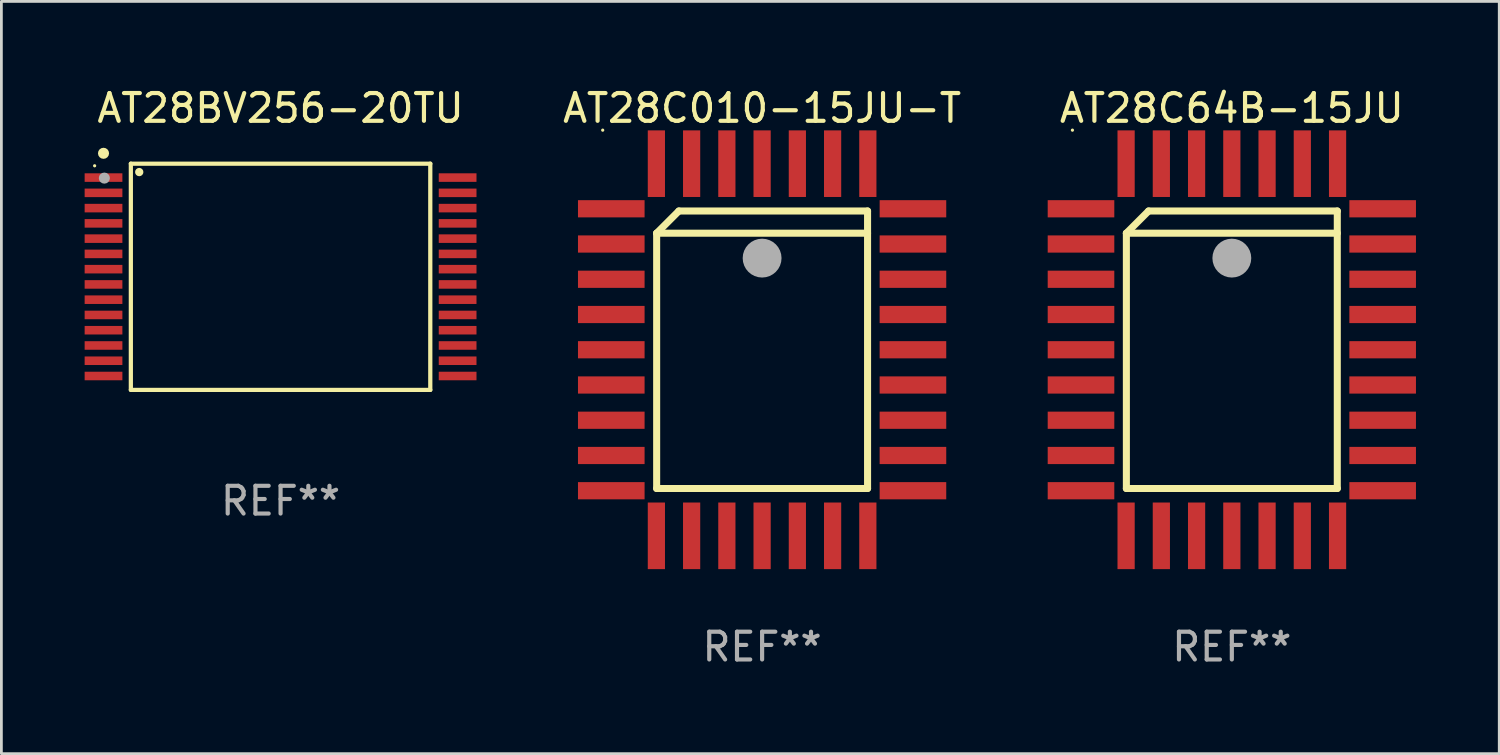
<source format=kicad_pcb>
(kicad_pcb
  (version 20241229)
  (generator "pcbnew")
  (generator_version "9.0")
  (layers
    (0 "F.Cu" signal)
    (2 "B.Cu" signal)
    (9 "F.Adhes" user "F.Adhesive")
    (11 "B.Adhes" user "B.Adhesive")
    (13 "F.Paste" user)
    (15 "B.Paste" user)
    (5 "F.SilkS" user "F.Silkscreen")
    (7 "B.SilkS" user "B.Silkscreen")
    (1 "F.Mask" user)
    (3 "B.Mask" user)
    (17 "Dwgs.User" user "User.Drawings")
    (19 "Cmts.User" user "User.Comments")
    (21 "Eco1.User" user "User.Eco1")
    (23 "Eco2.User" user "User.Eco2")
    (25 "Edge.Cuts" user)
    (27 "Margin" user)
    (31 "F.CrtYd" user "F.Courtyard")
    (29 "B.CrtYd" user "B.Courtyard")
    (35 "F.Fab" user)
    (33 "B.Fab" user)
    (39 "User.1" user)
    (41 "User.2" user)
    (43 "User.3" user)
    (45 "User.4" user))
  (footprint "AT28C010-15JU-T"
    (layer "F.Cu")
    (at 24.412 9.553)
    (property "Reference" "AT28C010-15JU-T" (at 0 -8.705 0) (layer "F.SilkS") (effects (font (size 1 1) (thickness 0.15))))
    (attr through_hole)
    (fp_line (start -3.8 -4.2) (end -3 -5) (stroke (width 0.254) (type solid)) (layer "F.SilkS"))
    (fp_line (start -3.8 -4.2) (end 3.8 -4.2) (stroke (width 0.254) (type solid)) (layer "F.SilkS"))
    (fp_line (start -3.8 5) (end -3.8 -4.2) (stroke (width 0.254) (type solid)) (layer "F.SilkS"))
    (fp_line (start -3 -5) (end 3.8 -5) (stroke (width 0.254) (type solid)) (layer "F.SilkS"))
    (fp_line (start 3.8 -5) (end 3.8 5) (stroke (width 0.254) (type solid)) (layer "F.SilkS"))
    (fp_line (start 3.8 5) (end -3.8 5) (stroke (width 0.254) (type solid)) (layer "F.SilkS"))
    (fp_arc (start 0.299721 -3.294387) (mid 0.29971 -3.296927) (end 0.299721 -3.299467) (stroke (width 0.6) (type solid)) (layer "F.SilkS"))
    (fp_circle (center -5.744 -7.913) (end -5.714 -7.913) (stroke (width 0.06) (type solid)) (fill no) (layer "F.SilkS"))
    (fp_circle (center 0 -3.302) (end 0.35 -3.302) (stroke (width 0.7) (type solid)) (fill no) (layer "F.Fab"))
    (fp_text user "REF**" (at 0 10.705 0) (layer "F.Fab") (effects (font (size 1 1) (thickness 0.15))))
    (pad "1" smd rect (at 0 -6.705 180) (size 0.62 2.4) (layers "F.Cu" "F.Mask" "F.Paste"))
    (pad "2" smd rect (at -1.27 -6.705 180) (size 0.62 2.4) (layers "F.Cu" "F.Mask" "F.Paste"))
    (pad "3" smd rect (at -2.54 -6.705 180) (size 0.62 2.4) (layers "F.Cu" "F.Mask" "F.Paste"))
    (pad "4" smd rect (at -3.81 -6.705 180) (size 0.62 2.4) (layers "F.Cu" "F.Mask" "F.Paste"))
    (pad "5" smd rect (at -5.435 -5.08 270) (size 0.62 2.4) (layers "F.Cu" "F.Mask" "F.Paste"))
    (pad "6" smd rect (at -5.435 -3.81 270) (size 0.62 2.4) (layers "F.Cu" "F.Mask" "F.Paste"))
    (pad "7" smd rect (at -5.435 -2.54 270) (size 0.62 2.4) (layers "F.Cu" "F.Mask" "F.Paste"))
    (pad "8" smd rect (at -5.435 -1.27 270) (size 0.62 2.4) (layers "F.Cu" "F.Mask" "F.Paste"))
    (pad "9" smd rect (at -5.435 0 270) (size 0.62 2.4) (layers "F.Cu" "F.Mask" "F.Paste"))
    (pad "10" smd rect (at -5.435 1.27 270) (size 0.62 2.4) (layers "F.Cu" "F.Mask" "F.Paste"))
    (pad "11" smd rect (at -5.435 2.54 270) (size 0.62 2.4) (layers "F.Cu" "F.Mask" "F.Paste"))
    (pad "12" smd rect (at -5.435 3.81 270) (size 0.62 2.4) (layers "F.Cu" "F.Mask" "F.Paste"))
    (pad "13" smd rect (at -5.435 5.08 270) (size 0.62 2.4) (layers "F.Cu" "F.Mask" "F.Paste"))
    (pad "14" smd rect (at -3.81 6.705) (size 0.62 2.4) (layers "F.Cu" "F.Mask" "F.Paste"))
    (pad "15" smd rect (at -2.54 6.705) (size 0.62 2.4) (layers "F.Cu" "F.Mask" "F.Paste"))
    (pad "16" smd rect (at -1.27 6.705) (size 0.62 2.4) (layers "F.Cu" "F.Mask" "F.Paste"))
    (pad "17" smd rect (at 0 6.705) (size 0.62 2.4) (layers "F.Cu" "F.Mask" "F.Paste"))
    (pad "18" smd rect (at 1.27 6.705) (size 0.62 2.4) (layers "F.Cu" "F.Mask" "F.Paste"))
    (pad "19" smd rect (at 2.54 6.705) (size 0.62 2.4) (layers "F.Cu" "F.Mask" "F.Paste"))
    (pad "20" smd rect (at 3.81 6.705) (size 0.62 2.4) (layers "F.Cu" "F.Mask" "F.Paste"))
    (pad "21" smd rect (at 5.435 5.08 90) (size 0.62 2.4) (layers "F.Cu" "F.Mask" "F.Paste"))
    (pad "22" smd rect (at 5.435 3.81 90) (size 0.62 2.4) (layers "F.Cu" "F.Mask" "F.Paste"))
    (pad "23" smd rect (at 5.435 2.54 90) (size 0.62 2.4) (layers "F.Cu" "F.Mask" "F.Paste"))
    (pad "24" smd rect (at 5.435 1.27 90) (size 0.62 2.4) (layers "F.Cu" "F.Mask" "F.Paste"))
    (pad "25" smd rect (at 5.435 0 90) (size 0.62 2.4) (layers "F.Cu" "F.Mask" "F.Paste"))
    (pad "26" smd rect (at 5.435 -1.27 90) (size 0.62 2.4) (layers "F.Cu" "F.Mask" "F.Paste"))
    (pad "27" smd rect (at 5.435 -2.54 90) (size 0.62 2.4) (layers "F.Cu" "F.Mask" "F.Paste"))
    (pad "28" smd rect (at 5.435 -3.81 90) (size 0.62 2.4) (layers "F.Cu" "F.Mask" "F.Paste"))
    (pad "29" smd rect (at 5.435 -5.08 90) (size 0.62 2.4) (layers "F.Cu" "F.Mask" "F.Paste"))
    (pad "30" smd rect (at 3.81 -6.705) (size 0.62 2.4) (layers "F.Cu" "F.Mask" "F.Paste"))
    (pad "31" smd rect (at 2.54 -6.705) (size 0.62 2.4) (layers "F.Cu" "F.Mask" "F.Paste"))
    (pad "32" smd rect (at 1.27 -6.705) (size 0.62 2.4) (layers "F.Cu" "F.Mask" "F.Paste")))
  (footprint "AT28C64B-15JU"
    (layer "F.Cu")
    (at 41.338 9.553)
    (property "Reference" "AT28C64B-15JU" (at 0 -8.705 0) (layer "F.SilkS") (effects (font (size 1 1) (thickness 0.15))))
    (attr through_hole)
    (fp_line (start -3.8 -4.2) (end -3 -5) (stroke (width 0.254) (type solid)) (layer "F.SilkS"))
    (fp_line (start -3.8 -4.2) (end 3.8 -4.2) (stroke (width 0.254) (type solid)) (layer "F.SilkS"))
    (fp_line (start -3.8 5) (end -3.8 -4.2) (stroke (width 0.254) (type solid)) (layer "F.SilkS"))
    (fp_line (start -3 -5) (end 3.8 -5) (stroke (width 0.254) (type solid)) (layer "F.SilkS"))
    (fp_line (start 3.8 -5) (end 3.8 5) (stroke (width 0.254) (type solid)) (layer "F.SilkS"))
    (fp_line (start 3.8 5) (end -3.8 5) (stroke (width 0.254) (type solid)) (layer "F.SilkS"))
    (fp_arc (start 0.299721 -3.294387) (mid 0.29971 -3.296927) (end 0.299721 -3.299467) (stroke (width 0.6) (type solid)) (layer "F.SilkS"))
    (fp_circle (center -5.744 -7.913) (end -5.714 -7.913) (stroke (width 0.06) (type solid)) (fill no) (layer "F.SilkS"))
    (fp_circle (center 0 -3.302) (end 0.35 -3.302) (stroke (width 0.7) (type solid)) (fill no) (layer "F.Fab"))
    (fp_text user "REF**" (at 0 10.705 0) (layer "F.Fab") (effects (font (size 1 1) (thickness 0.15))))
    (pad "1" smd rect (at 0 -6.705 180) (size 0.62 2.4) (layers "F.Cu" "F.Mask" "F.Paste"))
    (pad "2" smd rect (at -1.27 -6.705 180) (size 0.62 2.4) (layers "F.Cu" "F.Mask" "F.Paste"))
    (pad "3" smd rect (at -2.54 -6.705 180) (size 0.62 2.4) (layers "F.Cu" "F.Mask" "F.Paste"))
    (pad "4" smd rect (at -3.81 -6.705 180) (size 0.62 2.4) (layers "F.Cu" "F.Mask" "F.Paste"))
    (pad "5" smd rect (at -5.435 -5.08 270) (size 0.62 2.4) (layers "F.Cu" "F.Mask" "F.Paste"))
    (pad "6" smd rect (at -5.435 -3.81 270) (size 0.62 2.4) (layers "F.Cu" "F.Mask" "F.Paste"))
    (pad "7" smd rect (at -5.435 -2.54 270) (size 0.62 2.4) (layers "F.Cu" "F.Mask" "F.Paste"))
    (pad "8" smd rect (at -5.435 -1.27 270) (size 0.62 2.4) (layers "F.Cu" "F.Mask" "F.Paste"))
    (pad "9" smd rect (at -5.435 0 270) (size 0.62 2.4) (layers "F.Cu" "F.Mask" "F.Paste"))
    (pad "10" smd rect (at -5.435 1.27 270) (size 0.62 2.4) (layers "F.Cu" "F.Mask" "F.Paste"))
    (pad "11" smd rect (at -5.435 2.54 270) (size 0.62 2.4) (layers "F.Cu" "F.Mask" "F.Paste"))
    (pad "12" smd rect (at -5.435 3.81 270) (size 0.62 2.4) (layers "F.Cu" "F.Mask" "F.Paste"))
    (pad "13" smd rect (at -5.435 5.08 270) (size 0.62 2.4) (layers "F.Cu" "F.Mask" "F.Paste"))
    (pad "14" smd rect (at -3.81 6.705) (size 0.62 2.4) (layers "F.Cu" "F.Mask" "F.Paste"))
    (pad "15" smd rect (at -2.54 6.705) (size 0.62 2.4) (layers "F.Cu" "F.Mask" "F.Paste"))
    (pad "16" smd rect (at -1.27 6.705) (size 0.62 2.4) (layers "F.Cu" "F.Mask" "F.Paste"))
    (pad "17" smd rect (at 0 6.705) (size 0.62 2.4) (layers "F.Cu" "F.Mask" "F.Paste"))
    (pad "18" smd rect (at 1.27 6.705) (size 0.62 2.4) (layers "F.Cu" "F.Mask" "F.Paste"))
    (pad "19" smd rect (at 2.54 6.705) (size 0.62 2.4) (layers "F.Cu" "F.Mask" "F.Paste"))
    (pad "20" smd rect (at 3.81 6.705) (size 0.62 2.4) (layers "F.Cu" "F.Mask" "F.Paste"))
    (pad "21" smd rect (at 5.435 5.08 90) (size 0.62 2.4) (layers "F.Cu" "F.Mask" "F.Paste"))
    (pad "22" smd rect (at 5.435 3.81 90) (size 0.62 2.4) (layers "F.Cu" "F.Mask" "F.Paste"))
    (pad "23" smd rect (at 5.435 2.54 90) (size 0.62 2.4) (layers "F.Cu" "F.Mask" "F.Paste"))
    (pad "24" smd rect (at 5.435 1.27 90) (size 0.62 2.4) (layers "F.Cu" "F.Mask" "F.Paste"))
    (pad "25" smd rect (at 5.435 0 90) (size 0.62 2.4) (layers "F.Cu" "F.Mask" "F.Paste"))
    (pad "26" smd rect (at 5.435 -1.27 90) (size 0.62 2.4) (layers "F.Cu" "F.Mask" "F.Paste"))
    (pad "27" smd rect (at 5.435 -2.54 90) (size 0.62 2.4) (layers "F.Cu" "F.Mask" "F.Paste"))
    (pad "28" smd rect (at 5.435 -3.81 90) (size 0.62 2.4) (layers "F.Cu" "F.Mask" "F.Paste"))
    (pad "29" smd rect (at 5.435 -5.08 90) (size 0.62 2.4) (layers "F.Cu" "F.Mask" "F.Paste"))
    (pad "30" smd rect (at 3.81 -6.705) (size 0.62 2.4) (layers "F.Cu" "F.Mask" "F.Paste"))
    (pad "31" smd rect (at 2.54 -6.705) (size 0.62 2.4) (layers "F.Cu" "F.Mask" "F.Paste"))
    (pad "32" smd rect (at 1.27 -6.705) (size 0.62 2.4) (layers "F.Cu" "F.Mask" "F.Paste")))
  (footprint "AT28BV256-20TU"
    (layer "F.Cu")
    (at 7.06 6.924)
    (property "Reference" "AT28BV256-20TU" (at 0 -6.076 0) (layer "F.SilkS") (effects (font (size 1 1) (thickness 0.15))))
    (attr through_hole)
    (fp_line (start -5.395 -4.076) (end 5.395 -4.076) (stroke (width 0.152) (type solid)) (layer "F.SilkS"))
    (fp_line (start -5.395 4.076) (end -5.395 -4.076) (stroke (width 0.152) (type solid)) (layer "F.SilkS"))
    (fp_line (start 5.395 -4.076) (end 5.395 4.076) (stroke (width 0.152) (type solid)) (layer "F.SilkS"))
    (fp_line (start 5.395 4.076) (end -5.395 4.076) (stroke (width 0.152) (type solid)) (layer "F.SilkS"))
    (fp_circle (center -6.7 -4) (end -6.67 -4) (stroke (width 0.06) (type solid)) (fill no) (layer "F.SilkS"))
    (fp_circle (center -6.38 -4.45) (end -6.28 -4.45) (stroke (width 0.2) (type solid)) (fill no) (layer "F.SilkS"))
    (fp_circle (center -5.093 -3.774) (end -5.018 -3.774) (stroke (width 0.15) (type solid)) (fill no) (layer "F.SilkS"))
    (fp_circle (center -6.35 -3.556) (end -6.25 -3.556) (stroke (width 0.2) (type solid)) (fill no) (layer "F.Fab"))
    (fp_text user "REF**" (at 0 8.076 0) (layer "F.Fab") (effects (font (size 1 1) (thickness 0.15))))
    (pad "1" smd rect (at -6.38 -3.575) (size 1.36 0.308) (layers "F.Cu" "F.Mask" "F.Paste"))
    (pad "2" smd rect (at -6.38 -3.025) (size 1.36 0.308) (layers "F.Cu" "F.Mask" "F.Paste"))
    (pad "3" smd rect (at -6.38 -2.475) (size 1.36 0.308) (layers "F.Cu" "F.Mask" "F.Paste"))
    (pad "4" smd rect (at -6.38 -1.925) (size 1.36 0.308) (layers "F.Cu" "F.Mask" "F.Paste"))
    (pad "5" smd rect (at -6.38 -1.375) (size 1.36 0.308) (layers "F.Cu" "F.Mask" "F.Paste"))
    (pad "6" smd rect (at -6.38 -0.825) (size 1.36 0.308) (layers "F.Cu" "F.Mask" "F.Paste"))
    (pad "7" smd rect (at -6.38 -0.275) (size 1.36 0.308) (layers "F.Cu" "F.Mask" "F.Paste"))
    (pad "8" smd rect (at -6.38 0.275) (size 1.36 0.308) (layers "F.Cu" "F.Mask" "F.Paste"))
    (pad "9" smd rect (at -6.38 0.825) (size 1.36 0.308) (layers "F.Cu" "F.Mask" "F.Paste"))
    (pad "10" smd rect (at -6.38 1.375) (size 1.36 0.308) (layers "F.Cu" "F.Mask" "F.Paste"))
    (pad "11" smd rect (at -6.38 1.925) (size 1.36 0.308) (layers "F.Cu" "F.Mask" "F.Paste"))
    (pad "12" smd rect (at -6.38 2.475) (size 1.36 0.308) (layers "F.Cu" "F.Mask" "F.Paste"))
    (pad "13" smd rect (at -6.38 3.025) (size 1.36 0.308) (layers "F.Cu" "F.Mask" "F.Paste"))
    (pad "14" smd rect (at -6.38 3.575) (size 1.36 0.308) (layers "F.Cu" "F.Mask" "F.Paste"))
    (pad "15" smd rect (at 6.38 3.575) (size 1.36 0.308) (layers "F.Cu" "F.Mask" "F.Paste"))
    (pad "16" smd rect (at 6.38 3.025) (size 1.36 0.308) (layers "F.Cu" "F.Mask" "F.Paste"))
    (pad "17" smd rect (at 6.38 2.475) (size 1.36 0.308) (layers "F.Cu" "F.Mask" "F.Paste"))
    (pad "18" smd rect (at 6.38 1.925) (size 1.36 0.308) (layers "F.Cu" "F.Mask" "F.Paste"))
    (pad "19" smd rect (at 6.38 1.375) (size 1.36 0.308) (layers "F.Cu" "F.Mask" "F.Paste"))
    (pad "20" smd rect (at 6.38 0.825) (size 1.36 0.308) (layers "F.Cu" "F.Mask" "F.Paste"))
    (pad "21" smd rect (at 6.38 0.275) (size 1.36 0.308) (layers "F.Cu" "F.Mask" "F.Paste"))
    (pad "22" smd rect (at 6.38 -0.275) (size 1.36 0.308) (layers "F.Cu" "F.Mask" "F.Paste"))
    (pad "23" smd rect (at 6.38 -0.825) (size 1.36 0.308) (layers "F.Cu" "F.Mask" "F.Paste"))
    (pad "24" smd rect (at 6.38 -1.375) (size 1.36 0.308) (layers "F.Cu" "F.Mask" "F.Paste"))
    (pad "25" smd rect (at 6.38 -1.925) (size 1.36 0.308) (layers "F.Cu" "F.Mask" "F.Paste"))
    (pad "26" smd rect (at 6.38 -2.475) (size 1.36 0.308) (layers "F.Cu" "F.Mask" "F.Paste"))
    (pad "27" smd rect (at 6.38 -3.025) (size 1.36 0.308) (layers "F.Cu" "F.Mask" "F.Paste"))
    (pad "28" smd rect (at 6.38 -3.575) (size 1.36 0.308) (layers "F.Cu" "F.Mask" "F.Paste")))
  (gr_rect
    (start -3 -3)
    (end 50.974 24.107)
    (stroke (width 0.1) (type default))
    (fill no)
    (layer "Edge.Cuts")))
</source>
